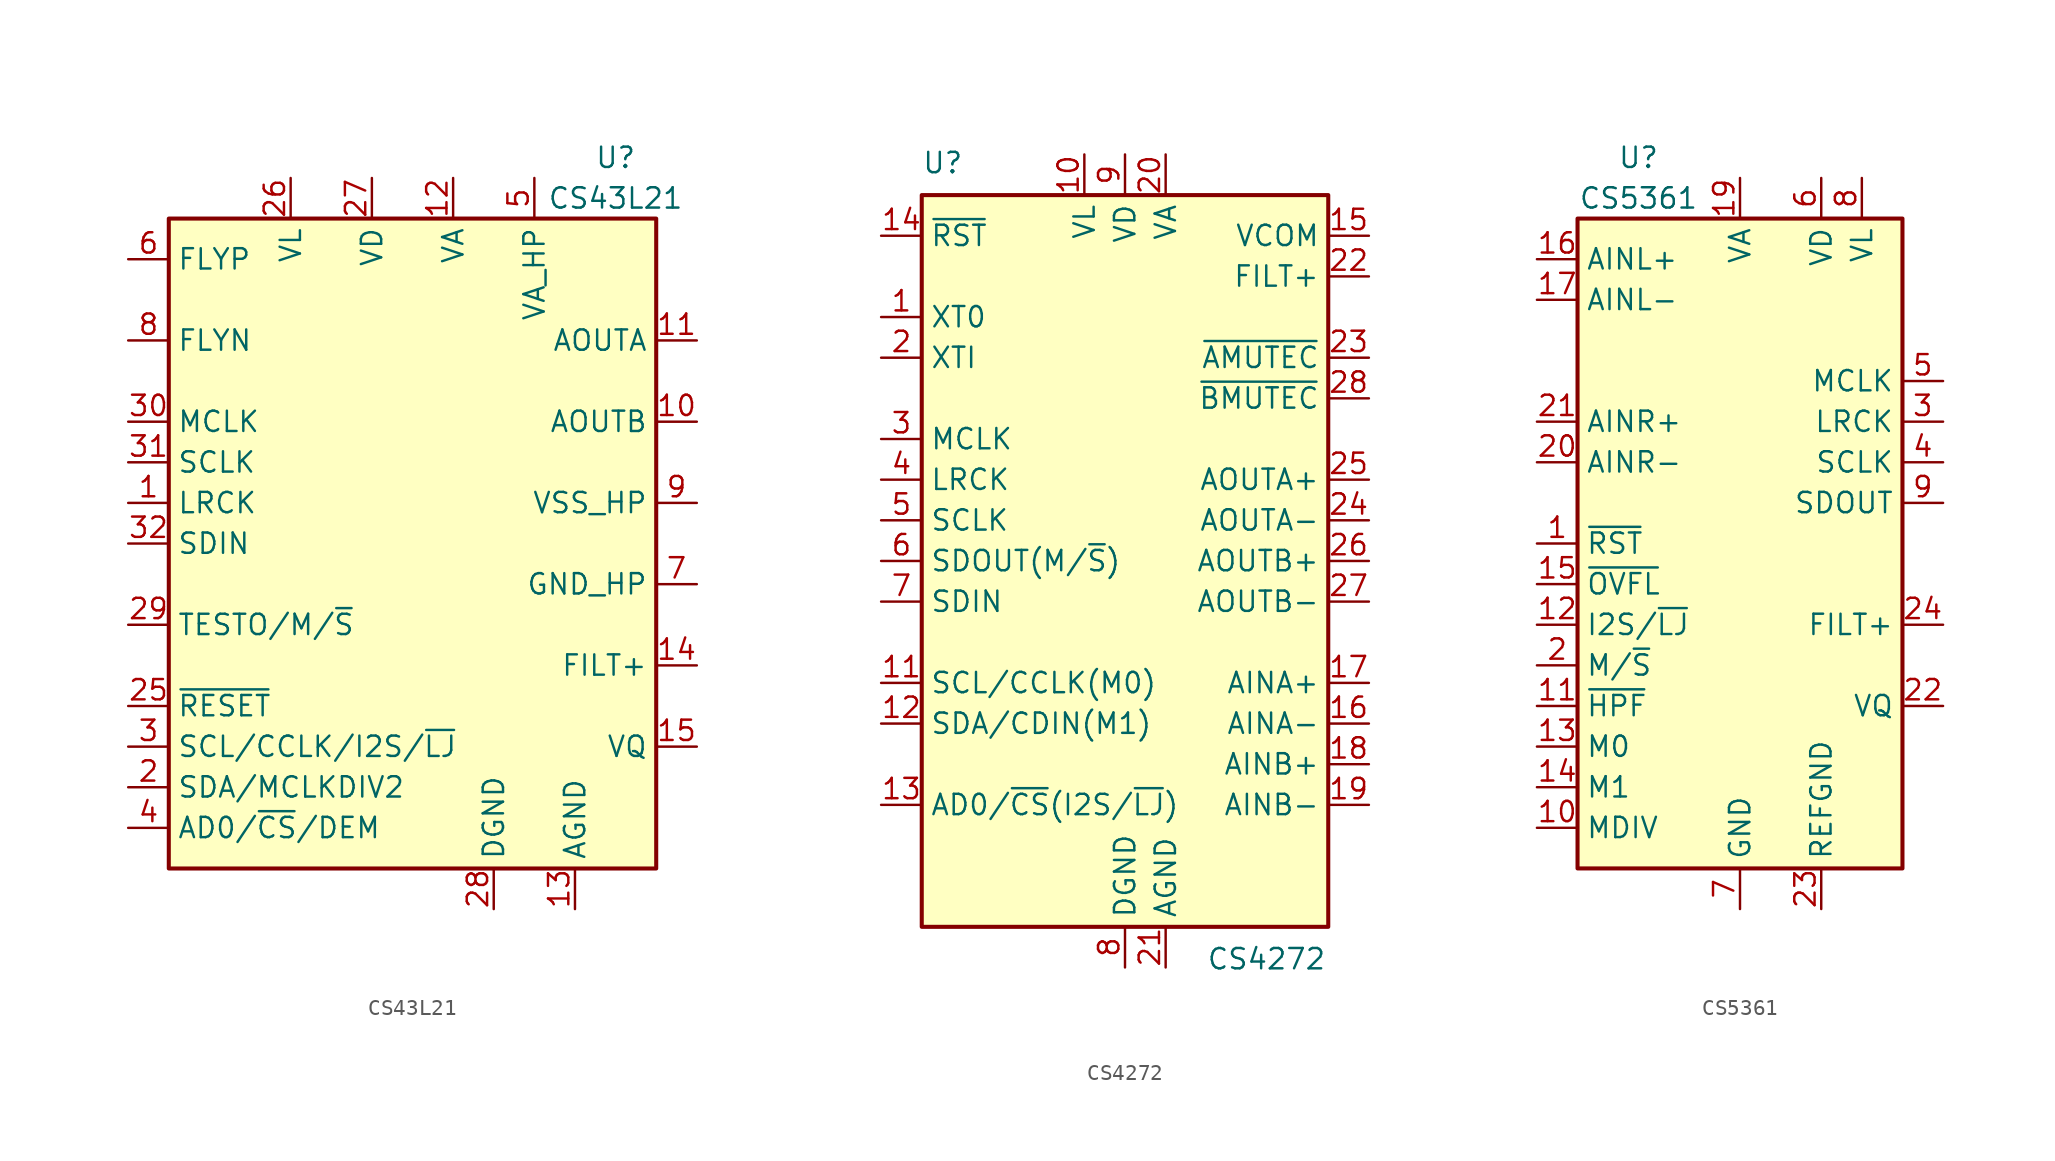
<source format=kicad_sym>
(kicad_symbol_lib
  (version 20200908)
  (generator kicad_symbol_editor)
  (symbol "Audio:CS43L21"
    (property "Reference" "U"
      (at 12.7 24.13 0)
      (effects (font (size 1.27 1.27))))
    (property "Value" "CS43L21"
      (at 12.7 21.59 0)
      (effects (font (size 1.27 1.27))))
    (symbol "CS43L21_0_1"
      (rectangle (start -15.24 20.32) (end 15.24 -20.32) (stroke (width 0.254)) (fill (type background))))
    (symbol "CS43L21_1_1"
      (pin bidirectional line (at -17.78 2.54 0) (length 2.54) (name "LRCK" (effects (font (size 1.27 1.27)))) (number "1" (effects (font (size 1.27 1.27)))))
      (pin output line (at 17.78 7.62 180) (length 2.54) (name "AOUTB" (effects (font (size 1.27 1.27)))) (number "10" (effects (font (size 1.27 1.27)))))
      (pin output line (at 17.78 12.7 180) (length 2.54) (name "AOUTA" (effects (font (size 1.27 1.27)))) (number "11" (effects (font (size 1.27 1.27)))))
      (pin input line (at 2.54 22.86 270) (length 2.54) (name "VA" (effects (font (size 1.27 1.27)))) (number "12" (effects (font (size 1.27 1.27)))))
      (pin power_in line (at 10.16 -22.86 90) (length 2.54) (name "AGND" (effects (font (size 1.27 1.27)))) (number "13" (effects (font (size 1.27 1.27)))))
      (pin output line (at 17.78 -7.62 180) (length 2.54) (name "FILT+" (effects (font (size 1.27 1.27)))) (number "14" (effects (font (size 1.27 1.27)))))
      (pin output line (at 17.78 -12.7 180) (length 2.54) (name "VQ" (effects (font (size 1.27 1.27)))) (number "15" (effects (font (size 1.27 1.27)))))
      (pin unconnected line (at -12.7 -20.32 90) (length 2.54) hide (name "NIC" (effects (font (size 1.27 1.27)))) (number "16" (effects (font (size 1.27 1.27)))))
      (pin unconnected line (at -10.16 -20.32 90) (length 2.54) hide (name "TSTO" (effects (font (size 1.27 1.27)))) (number "17" (effects (font (size 1.27 1.27)))))
      (pin unconnected line (at -7.62 -20.32 90) (length 2.54) hide (name "TSTO" (effects (font (size 1.27 1.27)))) (number "18" (effects (font (size 1.27 1.27)))))
      (pin unconnected line (at -5.08 -20.32 90) (length 2.54) hide (name "TSTO" (effects (font (size 1.27 1.27)))) (number "19" (effects (font (size 1.27 1.27)))))
      (pin bidirectional line (at -17.78 -15.24 0) (length 2.54) (name "SDA/MCLKDIV2" (effects (font (size 1.27 1.27)))) (number "2" (effects (font (size 1.27 1.27)))))
      (pin unconnected line (at -2.54 -20.32 90) (length 2.54) hide (name "TSTO" (effects (font (size 1.27 1.27)))) (number "20" (effects (font (size 1.27 1.27)))))
      (pin unconnected line (at 0 -20.32 90) (length 2.54) hide (name "TSTO" (effects (font (size 1.27 1.27)))) (number "21" (effects (font (size 1.27 1.27)))))
      (pin unconnected line (at 2.54 -20.32 90) (length 2.54) hide (name "TSTO" (effects (font (size 1.27 1.27)))) (number "22" (effects (font (size 1.27 1.27)))))
      (pin unconnected line (at 7.62 -20.32 90) (length 2.54) hide (name "TSTO" (effects (font (size 1.27 1.27)))) (number "23" (effects (font (size 1.27 1.27)))))
      (pin unconnected line (at 12.7 -20.32 90) (length 2.54) hide (name "TSTO" (effects (font (size 1.27 1.27)))) (number "24" (effects (font (size 1.27 1.27)))))
      (pin input line (at -17.78 -10.16 0) (length 2.54) (name "~RESET" (effects (font (size 1.27 1.27)))) (number "25" (effects (font (size 1.27 1.27)))))
      (pin input line (at -7.62 22.86 270) (length 2.54) (name "VL" (effects (font (size 1.27 1.27)))) (number "26" (effects (font (size 1.27 1.27)))))
      (pin power_in line (at -2.54 22.86 270) (length 2.54) (name "VD" (effects (font (size 1.27 1.27)))) (number "27" (effects (font (size 1.27 1.27)))))
      (pin power_in line (at 5.08 -22.86 90) (length 2.54) (name "DGND" (effects (font (size 1.27 1.27)))) (number "28" (effects (font (size 1.27 1.27)))))
      (pin input line (at -17.78 -5.08 0) (length 2.54) (name "TESTO/M/~S" (effects (font (size 1.27 1.27)))) (number "29" (effects (font (size 1.27 1.27)))))
      (pin input line (at -17.78 -12.7 0) (length 2.54) (name "SCL/CCLK/I2S/~LJ" (effects (font (size 1.27 1.27)))) (number "3" (effects (font (size 1.27 1.27)))))
      (pin input line (at -17.78 7.62 0) (length 2.54) (name "MCLK" (effects (font (size 1.27 1.27)))) (number "30" (effects (font (size 1.27 1.27)))))
      (pin input line (at -17.78 5.08 0) (length 2.54) (name "SCLK" (effects (font (size 1.27 1.27)))) (number "31" (effects (font (size 1.27 1.27)))))
      (pin input line (at -17.78 0 0) (length 2.54) (name "SDIN" (effects (font (size 1.27 1.27)))) (number "32" (effects (font (size 1.27 1.27)))))
      (pin passive line (at 10.16 -22.86 90) (length 2.54) hide (name "AGND" (effects (font (size 1.27 1.27)))) (number "33" (effects (font (size 1.27 1.27)))))
      (pin input line (at -17.78 -17.78 0) (length 2.54) (name "AD0/~CS~/DEM" (effects (font (size 1.27 1.27)))) (number "4" (effects (font (size 1.27 1.27)))))
      (pin input line (at 7.62 22.86 270) (length 2.54) (name "VA_HP" (effects (font (size 1.27 1.27)))) (number "5" (effects (font (size 1.27 1.27)))))
      (pin input line (at -17.78 17.78 0) (length 2.54) (name "FLYP" (effects (font (size 1.27 1.27)))) (number "6" (effects (font (size 1.27 1.27)))))
      (pin input line (at 17.78 -2.54 180) (length 2.54) (name "GND_HP" (effects (font (size 1.27 1.27)))) (number "7" (effects (font (size 1.27 1.27)))))
      (pin input line (at -17.78 12.7 0) (length 2.54) (name "FLYN" (effects (font (size 1.27 1.27)))) (number "8" (effects (font (size 1.27 1.27)))))
      (pin output line (at 17.78 2.54 180) (length 2.54) (name "VSS_HP" (effects (font (size 1.27 1.27)))) (number "9" (effects (font (size 1.27 1.27)))))))
  (symbol "Audio:CS4272"
    (property "Reference" "U"
      (at -12.7 24.13 0)
      (effects (font (size 1.27 1.27)) (justify left bottom)))
    (property "Value" "CS4272"
      (at 5.08 -24.13 0)
      (effects (font (size 1.27 1.27)) (justify left top)))
    (symbol "CS4272_0_1"
      (rectangle (start -12.7 22.86) (end 12.7 -22.86) (stroke (width 0.254)) (fill (type background))))
    (symbol "CS4272_1_1"
      (pin output line (at -15.24 15.24 0) (length 2.54) (name "XT0" (effects (font (size 1.27 1.27)))) (number "1" (effects (font (size 1.27 1.27)))))
      (pin power_in line (at -2.54 25.4 270) (length 2.54) (name "VL" (effects (font (size 1.27 1.27)))) (number "10" (effects (font (size 1.27 1.27)))))
      (pin input line (at -15.24 -7.62 0) (length 2.54) (name "SCL/CCLK(M0)" (effects (font (size 1.27 1.27)))) (number "11" (effects (font (size 1.27 1.27)))))
      (pin bidirectional line (at -15.24 -10.16 0) (length 2.54) (name "SDA/CDIN(M1)" (effects (font (size 1.27 1.27)))) (number "12" (effects (font (size 1.27 1.27)))))
      (pin input line (at -15.24 -15.24 0) (length 2.54) (name "AD0/~CS~(I2S/~LJ~)" (effects (font (size 1.27 1.27)))) (number "13" (effects (font (size 1.27 1.27)))))
      (pin input line (at -15.24 20.32 0) (length 2.54) (name "~RST" (effects (font (size 1.27 1.27)))) (number "14" (effects (font (size 1.27 1.27)))))
      (pin output line (at 15.24 20.32 180) (length 2.54) (name "VCOM" (effects (font (size 1.27 1.27)))) (number "15" (effects (font (size 1.27 1.27)))))
      (pin input line (at 15.24 -10.16 180) (length 2.54) (name "AINA-" (effects (font (size 1.27 1.27)))) (number "16" (effects (font (size 1.27 1.27)))))
      (pin input line (at 15.24 -7.62 180) (length 2.54) (name "AINA+" (effects (font (size 1.27 1.27)))) (number "17" (effects (font (size 1.27 1.27)))))
      (pin input line (at 15.24 -12.7 180) (length 2.54) (name "AINB+" (effects (font (size 1.27 1.27)))) (number "18" (effects (font (size 1.27 1.27)))))
      (pin input line (at 15.24 -15.24 180) (length 2.54) (name "AINB-" (effects (font (size 1.27 1.27)))) (number "19" (effects (font (size 1.27 1.27)))))
      (pin input line (at -15.24 12.7 0) (length 2.54) (name "XTI" (effects (font (size 1.27 1.27)))) (number "2" (effects (font (size 1.27 1.27)))))
      (pin power_in line (at 2.54 25.4 270) (length 2.54) (name "VA" (effects (font (size 1.27 1.27)))) (number "20" (effects (font (size 1.27 1.27)))))
      (pin power_in line (at 2.54 -25.4 90) (length 2.54) (name "AGND" (effects (font (size 1.27 1.27)))) (number "21" (effects (font (size 1.27 1.27)))))
      (pin output line (at 15.24 17.78 180) (length 2.54) (name "FILT+" (effects (font (size 1.27 1.27)))) (number "22" (effects (font (size 1.27 1.27)))))
      (pin output line (at 15.24 12.7 180) (length 2.54) (name "~AMUTEC" (effects (font (size 1.27 1.27)))) (number "23" (effects (font (size 1.27 1.27)))))
      (pin output line (at 15.24 2.54 180) (length 2.54) (name "AOUTA-" (effects (font (size 1.27 1.27)))) (number "24" (effects (font (size 1.27 1.27)))))
      (pin output line (at 15.24 5.08 180) (length 2.54) (name "AOUTA+" (effects (font (size 1.27 1.27)))) (number "25" (effects (font (size 1.27 1.27)))))
      (pin output line (at 15.24 0 180) (length 2.54) (name "AOUTB+" (effects (font (size 1.27 1.27)))) (number "26" (effects (font (size 1.27 1.27)))))
      (pin output line (at 15.24 -2.54 180) (length 2.54) (name "AOUTB-" (effects (font (size 1.27 1.27)))) (number "27" (effects (font (size 1.27 1.27)))))
      (pin output line (at 15.24 10.16 180) (length 2.54) (name "~BMUTEC" (effects (font (size 1.27 1.27)))) (number "28" (effects (font (size 1.27 1.27)))))
      (pin bidirectional line (at -15.24 7.62 0) (length 2.54) (name "MCLK" (effects (font (size 1.27 1.27)))) (number "3" (effects (font (size 1.27 1.27)))))
      (pin bidirectional line (at -15.24 5.08 0) (length 2.54) (name "LRCK" (effects (font (size 1.27 1.27)))) (number "4" (effects (font (size 1.27 1.27)))))
      (pin bidirectional line (at -15.24 2.54 0) (length 2.54) (name "SCLK" (effects (font (size 1.27 1.27)))) (number "5" (effects (font (size 1.27 1.27)))))
      (pin output line (at -15.24 0 0) (length 2.54) (name "SDOUT(M/~S~)" (effects (font (size 1.27 1.27)))) (number "6" (effects (font (size 1.27 1.27)))))
      (pin input line (at -15.24 -2.54 0) (length 2.54) (name "SDIN" (effects (font (size 1.27 1.27)))) (number "7" (effects (font (size 1.27 1.27)))))
      (pin power_in line (at 0 -25.4 90) (length 2.54) (name "DGND" (effects (font (size 1.27 1.27)))) (number "8" (effects (font (size 1.27 1.27)))))
      (pin power_in line (at 0 25.4 270) (length 2.54) (name "VD" (effects (font (size 1.27 1.27)))) (number "9" (effects (font (size 1.27 1.27)))))))
  (symbol "Audio:CS5361"
    (property "Reference" "U"
      (at -6.35 24.13 0)
      (effects (font (size 1.27 1.27))))
    (property "Value" "CS5361"
      (at -6.35 21.59 0)
      (effects (font (size 1.27 1.27))))
    (symbol "CS5361_0_1"
      (rectangle (start -10.16 20.32) (end 10.16 -20.32) (stroke (width 0.254)) (fill (type background))))
    (symbol "CS5361_1_1"
      (pin input line (at -12.7 0 0) (length 2.54) (name "~RST" (effects (font (size 1.27 1.27)))) (number "1" (effects (font (size 1.27 1.27)))))
      (pin input line (at -12.7 -17.78 0) (length 2.54) (name "MDIV" (effects (font (size 1.27 1.27)))) (number "10" (effects (font (size 1.27 1.27)))))
      (pin input line (at -12.7 -10.16 0) (length 2.54) (name "~HPF" (effects (font (size 1.27 1.27)))) (number "11" (effects (font (size 1.27 1.27)))))
      (pin input line (at -12.7 -5.08 0) (length 2.54) (name "I2S/~LJ" (effects (font (size 1.27 1.27)))) (number "12" (effects (font (size 1.27 1.27)))))
      (pin input line (at -12.7 -12.7 0) (length 2.54) (name "M0" (effects (font (size 1.27 1.27)))) (number "13" (effects (font (size 1.27 1.27)))))
      (pin input line (at -12.7 -15.24 0) (length 2.54) (name "M1" (effects (font (size 1.27 1.27)))) (number "14" (effects (font (size 1.27 1.27)))))
      (pin input line (at -12.7 -2.54 0) (length 2.54) (name "~OVFL" (effects (font (size 1.27 1.27)))) (number "15" (effects (font (size 1.27 1.27)))))
      (pin input line (at -12.7 17.78 0) (length 2.54) (name "AINL+" (effects (font (size 1.27 1.27)))) (number "16" (effects (font (size 1.27 1.27)))))
      (pin input line (at -12.7 15.24 0) (length 2.54) (name "AINL-" (effects (font (size 1.27 1.27)))) (number "17" (effects (font (size 1.27 1.27)))))
      (pin passive line (at 0 -22.86 90) (length 2.54) hide (name "GND" (effects (font (size 1.27 1.27)))) (number "18" (effects (font (size 1.27 1.27)))))
      (pin power_in line (at 0 22.86 270) (length 2.54) (name "VA" (effects (font (size 1.27 1.27)))) (number "19" (effects (font (size 1.27 1.27)))))
      (pin input line (at -12.7 -7.62 0) (length 2.54) (name "M/~S" (effects (font (size 1.27 1.27)))) (number "2" (effects (font (size 1.27 1.27)))))
      (pin input line (at -12.7 5.08 0) (length 2.54) (name "AINR-" (effects (font (size 1.27 1.27)))) (number "20" (effects (font (size 1.27 1.27)))))
      (pin input line (at -12.7 7.62 0) (length 2.54) (name "AINR+" (effects (font (size 1.27 1.27)))) (number "21" (effects (font (size 1.27 1.27)))))
      (pin power_out line (at 12.7 -10.16 180) (length 2.54) (name "VQ" (effects (font (size 1.27 1.27)))) (number "22" (effects (font (size 1.27 1.27)))))
      (pin power_in line (at 5.08 -22.86 90) (length 2.54) (name "REFGND" (effects (font (size 1.27 1.27)))) (number "23" (effects (font (size 1.27 1.27)))))
      (pin power_out line (at 12.7 -5.08 180) (length 2.54) (name "FILT+" (effects (font (size 1.27 1.27)))) (number "24" (effects (font (size 1.27 1.27)))))
      (pin bidirectional line (at 12.7 7.62 180) (length 2.54) (name "LRCK" (effects (font (size 1.27 1.27)))) (number "3" (effects (font (size 1.27 1.27)))))
      (pin bidirectional line (at 12.7 5.08 180) (length 2.54) (name "SCLK" (effects (font (size 1.27 1.27)))) (number "4" (effects (font (size 1.27 1.27)))))
      (pin input line (at 12.7 10.16 180) (length 2.54) (name "MCLK" (effects (font (size 1.27 1.27)))) (number "5" (effects (font (size 1.27 1.27)))))
      (pin power_in line (at 5.08 22.86 270) (length 2.54) (name "VD" (effects (font (size 1.27 1.27)))) (number "6" (effects (font (size 1.27 1.27)))))
      (pin power_in line (at 0 -22.86 90) (length 2.54) (name "GND" (effects (font (size 1.27 1.27)))) (number "7" (effects (font (size 1.27 1.27)))))
      (pin power_in line (at 7.62 22.86 270) (length 2.54) (name "VL" (effects (font (size 1.27 1.27)))) (number "8" (effects (font (size 1.27 1.27)))))
      (pin output line (at 12.7 2.54 180) (length 2.54) (name "SDOUT" (effects (font (size 1.27 1.27)))) (number "9" (effects (font (size 1.27 1.27))))))))
</source>
